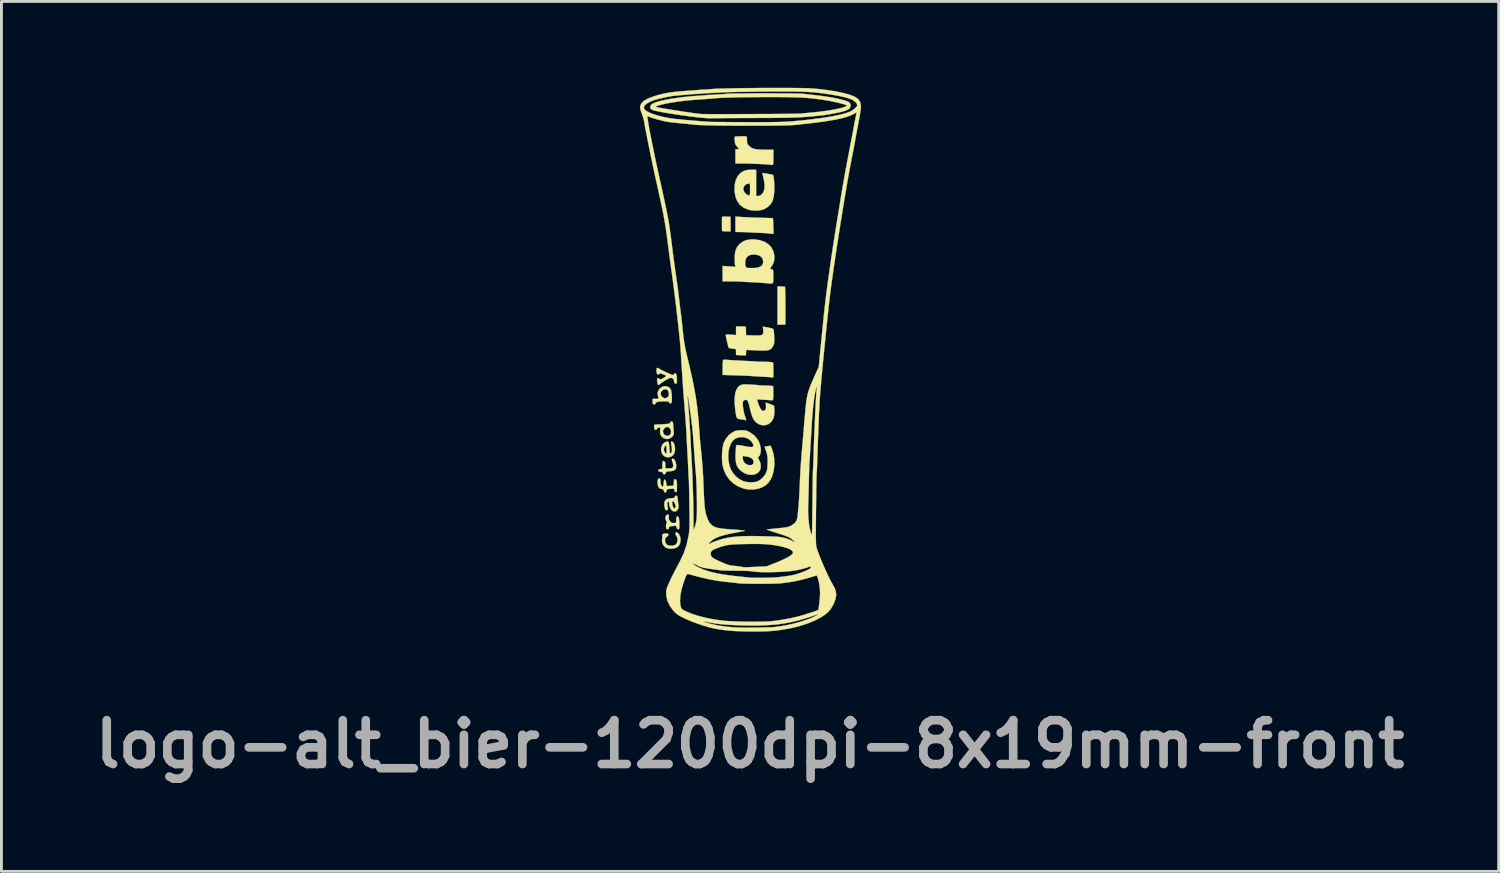
<source format=kicad_pcb>
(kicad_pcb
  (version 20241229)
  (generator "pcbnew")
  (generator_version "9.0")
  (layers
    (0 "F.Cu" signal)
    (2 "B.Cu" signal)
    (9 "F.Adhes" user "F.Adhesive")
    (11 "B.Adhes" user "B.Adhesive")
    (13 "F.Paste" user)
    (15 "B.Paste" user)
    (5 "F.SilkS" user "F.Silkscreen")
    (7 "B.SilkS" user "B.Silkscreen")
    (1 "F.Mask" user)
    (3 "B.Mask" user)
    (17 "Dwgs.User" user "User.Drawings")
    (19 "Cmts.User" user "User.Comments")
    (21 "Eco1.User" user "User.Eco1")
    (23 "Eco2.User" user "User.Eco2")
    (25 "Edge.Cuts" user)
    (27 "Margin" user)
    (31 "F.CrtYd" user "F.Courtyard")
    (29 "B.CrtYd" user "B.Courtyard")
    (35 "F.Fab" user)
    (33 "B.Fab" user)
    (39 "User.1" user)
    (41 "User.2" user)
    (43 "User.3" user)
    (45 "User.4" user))
  (footprint "logo-alt_bier-1200dpi-8x19mm-front"
    (layer "F.Cu")
    (at 23.012 9.434)
    (property "Reference" "logo-alt_bier-1200dpi-8x19mm-front" (at 0 13.375 0) (layer "F.Fab") (effects (font (size 1.524 1.524) (thickness 0.3))))
    (attr through_hole)
    (fp_poly (pts (xy 1.074 -2.528) (xy 1.143 -2.524) (xy 1.194 -2.522) (xy 1.212 -2.52) (xy 1.216 -2.5) (xy 1.219 -2.442) (xy 1.222 -2.352) (xy 1.225 -2.235) (xy 1.227 -2.096) (xy 1.228 -1.94) (xy 1.228 -1.863) (xy 1.228 -1.206) (xy 0.953 -1.206) (xy 0.953 -2.533) (xy 1.074 -2.528)) (stroke (width 0.01) (type solid)) (fill yes) (layer "F.SilkS"))
    (fp_poly (pts (xy -0.826 -4.957) (xy -0.677 -4.95) (xy -0.677 -4.445) (xy -0.826 -4.445) (xy -0.912 -4.448) (xy -0.96 -4.457) (xy -0.974 -4.471) (xy -0.975 -4.514) (xy -0.975 -4.584) (xy -0.976 -4.669) (xy -0.976 -4.758) (xy -0.976 -4.839) (xy -0.976 -4.901) (xy -0.975 -4.932) (xy -0.967 -4.949) (xy -0.938 -4.957) (xy -0.88 -4.959) (xy -0.826 -4.957)) (stroke (width 0.01) (type solid)) (fill yes) (layer "F.SilkS"))
    (fp_poly (pts (xy -0.312 -4.945) (xy -0.23 -4.94) (xy -0.115 -4.935) (xy 0.022 -4.929) (xy 0.17 -4.924) (xy 0.32 -4.919) (xy 0.339 -4.919) (xy 0.473 -4.915) (xy 0.591 -4.911) (xy 0.688 -4.908) (xy 0.758 -4.905) (xy 0.793 -4.903) (xy 0.797 -4.903) (xy 0.798 -4.882) (xy 0.801 -4.827) (xy 0.804 -4.745) (xy 0.808 -4.646) (xy 0.808 -4.63) (xy 0.817 -4.36) (xy 0.751 -4.36) (xy 0.701 -4.363) (xy 0.675 -4.37) (xy 0.675 -4.37) (xy 0.651 -4.374) (xy 0.593 -4.38) (xy 0.508 -4.385) (xy 0.403 -4.391) (xy 0.348 -4.393) (xy 0.227 -4.398) (xy 0.111 -4.403) (xy 0.012 -4.408) (xy -0.059 -4.412) (xy -0.074 -4.413) (xy -0.15 -4.417) (xy -0.247 -4.421) (xy -0.344 -4.422) (xy -0.508 -4.424) (xy -0.508 -4.959) (xy -0.312 -4.945)) (stroke (width 0.01) (type solid)) (fill yes) (layer "F.SilkS"))
    (fp_poly (pts (xy -2.546 6.015) (xy -2.498 6.044) (xy -2.456 6.103) (xy -2.425 6.181) (xy -2.413 6.265) (xy -2.413 6.27) (xy -2.429 6.39) (xy -2.475 6.481) (xy -2.553 6.544) (xy -2.66 6.577) (xy -2.741 6.583) (xy -2.849 6.574) (xy -2.929 6.546) (xy -2.934 6.542) (xy -2.998 6.482) (xy -3.042 6.399) (xy -3.062 6.307) (xy -3.054 6.235) (xy -3.044 6.179) (xy -3.048 6.139) (xy -3.049 6.136) (xy -3.055 6.098) (xy -3.024 6.07) (xy -2.962 6.055) (xy -2.929 6.054) (xy -2.871 6.057) (xy -2.843 6.069) (xy -2.836 6.095) (xy -2.836 6.097) (xy -2.855 6.139) (xy -2.887 6.159) (xy -2.932 6.196) (xy -2.954 6.255) (xy -2.954 6.325) (xy -2.932 6.391) (xy -2.889 6.442) (xy -2.872 6.452) (xy -2.781 6.48) (xy -2.687 6.479) (xy -2.605 6.451) (xy -2.571 6.425) (xy -2.53 6.357) (xy -2.517 6.272) (xy -2.532 6.187) (xy -2.563 6.13) (xy -2.591 6.079) (xy -2.592 6.037) (xy -2.568 6.015) (xy -2.546 6.015)) (stroke (width 0.01) (type solid)) (fill yes) (layer "F.SilkS"))
    (fp_poly (pts (xy -2.64 3.474) (xy -2.606 3.524) (xy -2.58 3.593) (xy -2.565 3.675) (xy -2.563 3.707) (xy -2.572 3.787) (xy -2.607 3.841) (xy -2.673 3.875) (xy -2.775 3.89) (xy -2.779 3.891) (xy -2.855 3.897) (xy -2.898 3.906) (xy -2.919 3.923) (xy -2.925 3.945) (xy -2.944 3.981) (xy -2.977 3.998) (xy -3.01 3.994) (xy -3.027 3.966) (xy -3.027 3.961) (xy -3.036 3.931) (xy -3.07 3.916) (xy -3.106 3.912) (xy -3.16 3.902) (xy -3.183 3.882) (xy -3.186 3.863) (xy -3.175 3.831) (xy -3.135 3.816) (xy -3.117 3.814) (xy -3.048 3.807) (xy -3.048 3.671) (xy -3.047 3.597) (xy -3.04 3.556) (xy -3.027 3.538) (xy -3.008 3.535) (xy -2.973 3.546) (xy -2.952 3.584) (xy -2.943 3.654) (xy -2.942 3.695) (xy -2.942 3.789) (xy -2.838 3.789) (xy -2.77 3.786) (xy -2.716 3.78) (xy -2.7 3.776) (xy -2.674 3.745) (xy -2.668 3.687) (xy -2.682 3.611) (xy -2.699 3.562) (xy -2.718 3.5) (xy -2.711 3.465) (xy -2.709 3.463) (xy -2.675 3.451) (xy -2.64 3.474)) (stroke (width 0.01) (type solid)) (fill yes) (layer "F.SilkS"))
    (fp_poly (pts (xy -2.836 2.872) (xy -2.82 2.919) (xy -2.809 3.001) (xy -2.804 3.069) (xy -2.796 3.158) (xy -2.786 3.228) (xy -2.777 3.272) (xy -2.771 3.281) (xy -2.748 3.264) (xy -2.729 3.235) (xy -2.716 3.182) (xy -2.717 3.098) (xy -2.734 2.978) (xy -2.743 2.924) (xy -2.75 2.877) (xy -2.739 2.86) (xy -2.707 2.861) (xy -2.666 2.887) (xy -2.633 2.949) (xy -2.612 3.039) (xy -2.605 3.128) (xy -2.62 3.234) (xy -2.664 3.318) (xy -2.731 3.377) (xy -2.815 3.406) (xy -2.907 3.399) (xy -2.968 3.375) (xy -3.035 3.317) (xy -3.075 3.236) (xy -3.091 3.143) (xy -3.087 3.114) (xy -2.994 3.114) (xy -2.992 3.16) (xy -2.975 3.207) (xy -2.946 3.263) (xy -2.924 3.278) (xy -2.908 3.252) (xy -2.901 3.185) (xy -2.9 3.144) (xy -2.904 3.057) (xy -2.916 3.007) (xy -2.935 2.997) (xy -2.96 3.027) (xy -2.975 3.057) (xy -2.994 3.114) (xy -3.087 3.114) (xy -3.08 3.05) (xy -3.045 2.965) (xy -2.984 2.902) (xy -2.964 2.89) (xy -2.904 2.862) (xy -2.863 2.854) (xy -2.836 2.872)) (stroke (width 0.01) (type solid)) (fill yes) (layer "F.SilkS"))
    (fp_poly (pts (xy -2.825 5.403) (xy -2.818 5.428) (xy -2.825 5.473) (xy -2.829 5.531) (xy -2.811 5.581) (xy -2.783 5.623) (xy -2.741 5.67) (xy -2.702 5.689) (xy -2.649 5.69) (xy -2.572 5.683) (xy -2.565 5.572) (xy -2.559 5.506) (xy -2.547 5.472) (xy -2.525 5.461) (xy -2.52 5.461) (xy -2.493 5.476) (xy -2.473 5.522) (xy -2.461 5.604) (xy -2.456 5.723) (xy -2.456 5.763) (xy -2.457 5.839) (xy -2.462 5.882) (xy -2.474 5.901) (xy -2.497 5.905) (xy -2.498 5.905) (xy -2.534 5.891) (xy -2.553 5.844) (xy -2.554 5.84) (xy -2.568 5.795) (xy -2.592 5.782) (xy -2.63 5.787) (xy -2.7 5.797) (xy -2.754 5.8) (xy -2.798 5.806) (xy -2.814 5.832) (xy -2.815 5.853) (xy -2.826 5.895) (xy -2.854 5.905) (xy -2.894 5.899) (xy -2.907 5.891) (xy -2.918 5.86) (xy -2.921 5.807) (xy -2.917 5.75) (xy -2.907 5.705) (xy -2.896 5.689) (xy -2.885 5.671) (xy -2.905 5.631) (xy -2.906 5.63) (xy -2.937 5.562) (xy -2.942 5.494) (xy -2.923 5.438) (xy -2.882 5.403) (xy -2.851 5.397) (xy -2.825 5.403)) (stroke (width 0.01) (type solid)) (fill yes) (layer "F.SilkS"))
    (fp_poly (pts (xy -0.838 0.017) (xy -0.758 0.022) (xy -0.736 0.024) (xy -0.653 0.03) (xy -0.541 0.037) (xy -0.411 0.044) (xy -0.277 0.051) (xy -0.225 0.053) (xy -0.104 0.059) (xy 0.007 0.064) (xy 0.098 0.07) (xy 0.16 0.074) (xy 0.18 0.076) (xy 0.225 0.079) (xy 0.302 0.082) (xy 0.4 0.085) (xy 0.509 0.087) (xy 0.514 0.087) (xy 0.617 0.09) (xy 0.704 0.095) (xy 0.766 0.102) (xy 0.796 0.109) (xy 0.797 0.11) (xy 0.801 0.138) (xy 0.805 0.199) (xy 0.808 0.284) (xy 0.809 0.377) (xy 0.809 0.624) (xy 0.754 0.627) (xy 0.711 0.626) (xy 0.693 0.623) (xy 0.671 0.619) (xy 0.614 0.615) (xy 0.531 0.61) (xy 0.428 0.604) (xy 0.391 0.603) (xy 0.279 0.597) (xy 0.179 0.591) (xy 0.099 0.586) (xy 0.05 0.582) (xy 0.043 0.581) (xy 0.007 0.578) (xy -0.064 0.574) (xy -0.164 0.57) (xy -0.285 0.565) (xy -0.421 0.56) (xy -0.481 0.558) (xy -0.953 0.544) (xy -0.953 0.284) (xy -0.951 0.16) (xy -0.945 0.074) (xy -0.936 0.026) (xy -0.929 0.017) (xy -0.899 0.015) (xy -0.838 0.017)) (stroke (width 0.01) (type solid)) (fill yes) (layer "F.SilkS"))
    (fp_poly (pts (xy -0.151 -7.749) (xy -0.143 -7.748) (xy -0.122 -7.741) (xy -0.111 -7.715) (xy -0.106 -7.661) (xy -0.106 -7.618) (xy -0.104 -7.543) (xy -0.093 -7.494) (xy -0.068 -7.453) (xy -0.026 -7.409) (xy 0.028 -7.363) (xy 0.092 -7.329) (xy 0.171 -7.305) (xy 0.273 -7.291) (xy 0.405 -7.283) (xy 0.546 -7.281) (xy 0.815 -7.281) (xy 0.811 -7.064) (xy 0.809 -6.968) (xy 0.808 -6.883) (xy 0.806 -6.821) (xy 0.806 -6.8) (xy 0.793 -6.762) (xy 0.755 -6.752) (xy 0.713 -6.755) (xy 0.697 -6.761) (xy 0.673 -6.765) (xy 0.614 -6.77) (xy 0.527 -6.776) (xy 0.418 -6.782) (xy 0.295 -6.788) (xy 0.164 -6.793) (xy 0.033 -6.798) (xy -0.091 -6.802) (xy -0.202 -6.804) (xy -0.291 -6.805) (xy -0.508 -6.805) (xy -0.508 -7.054) (xy -0.508 -7.303) (xy -0.373 -7.303) (xy -0.427 -7.361) (xy -0.472 -7.414) (xy -0.506 -7.466) (xy -0.508 -7.469) (xy -0.521 -7.512) (xy -0.53 -7.575) (xy -0.536 -7.643) (xy -0.535 -7.701) (xy -0.528 -7.734) (xy -0.527 -7.735) (xy -0.504 -7.739) (xy -0.45 -7.743) (xy -0.376 -7.746) (xy -0.294 -7.748) (xy -0.215 -7.749) (xy -0.151 -7.749)) (stroke (width 0.01) (type solid)) (fill yes) (layer "F.SilkS"))
    (fp_poly (pts (xy -2.542 4.747) (xy -2.527 4.771) (xy -2.517 4.821) (xy -2.511 4.874) (xy -2.502 4.961) (xy -2.492 5.046) (xy -2.486 5.091) (xy -2.489 5.173) (xy -2.519 5.237) (xy -2.568 5.278) (xy -2.629 5.291) (xy -2.692 5.271) (xy -2.727 5.242) (xy -2.776 5.166) (xy -2.807 5.069) (xy -2.815 4.991) (xy -2.819 4.966) (xy -2.708 4.966) (xy -2.704 5.025) (xy -2.704 5.027) (xy -2.689 5.099) (xy -2.664 5.152) (xy -2.636 5.181) (xy -2.609 5.18) (xy -2.59 5.146) (xy -2.586 5.128) (xy -2.59 5.074) (xy -2.61 5.014) (xy -2.638 4.963) (xy -2.67 4.934) (xy -2.679 4.932) (xy -2.701 4.939) (xy -2.708 4.966) (xy -2.819 4.966) (xy -2.821 4.95) (xy -2.842 4.944) (xy -2.849 4.946) (xy -2.87 4.963) (xy -2.876 5) (xy -2.871 5.057) (xy -2.862 5.126) (xy -2.854 5.182) (xy -2.852 5.196) (xy -2.862 5.233) (xy -2.893 5.245) (xy -2.926 5.242) (xy -2.948 5.213) (xy -2.962 5.171) (xy -2.984 5.049) (xy -2.973 4.954) (xy -2.93 4.886) (xy -2.854 4.843) (xy -2.743 4.826) (xy -2.719 4.826) (xy -2.659 4.822) (xy -2.629 4.806) (xy -2.619 4.784) (xy -2.591 4.748) (xy -2.566 4.741) (xy -2.542 4.747)) (stroke (width 0.01) (type solid)) (fill yes) (layer "F.SilkS"))
    (fp_poly (pts (xy -3.131 4.145) (xy -3.115 4.192) (xy -3.111 4.247) (xy -3.103 4.336) (xy -3.08 4.396) (xy -3.045 4.423) (xy -3.038 4.424) (xy -3.019 4.41) (xy -3.007 4.363) (xy -3.001 4.302) (xy -2.995 4.229) (xy -2.982 4.191) (xy -2.963 4.18) (xy -2.939 4.198) (xy -2.92 4.255) (xy -2.913 4.293) (xy -2.894 4.405) (xy -2.775 4.398) (xy -2.656 4.392) (xy -2.65 4.281) (xy -2.644 4.215) (xy -2.632 4.181) (xy -2.61 4.17) (xy -2.605 4.17) (xy -2.577 4.176) (xy -2.558 4.198) (xy -2.547 4.243) (xy -2.541 4.317) (xy -2.54 4.426) (xy -2.541 4.516) (xy -2.544 4.571) (xy -2.552 4.601) (xy -2.566 4.613) (xy -2.582 4.614) (xy -2.616 4.602) (xy -2.625 4.563) (xy -2.629 4.524) (xy -2.646 4.502) (xy -2.686 4.496) (xy -2.757 4.5) (xy -2.778 4.502) (xy -2.847 4.511) (xy -2.883 4.523) (xy -2.899 4.544) (xy -2.904 4.569) (xy -2.922 4.618) (xy -2.951 4.632) (xy -2.981 4.609) (xy -2.995 4.573) (xy -3.012 4.527) (xy -3.045 4.51) (xy -3.068 4.508) (xy -3.126 4.493) (xy -3.165 4.466) (xy -3.193 4.412) (xy -3.21 4.337) (xy -3.214 4.257) (xy -3.204 4.189) (xy -3.19 4.161) (xy -3.157 4.134) (xy -3.131 4.145)) (stroke (width 0.01) (type solid)) (fill yes) (layer "F.SilkS"))
    (fp_poly (pts (xy -2.891 0.941) (xy -2.813 0.977) (xy -2.759 1.034) (xy -2.743 1.079) (xy -2.73 1.152) (xy -2.721 1.24) (xy -2.716 1.332) (xy -2.716 1.417) (xy -2.722 1.483) (xy -2.734 1.517) (xy -2.768 1.533) (xy -2.802 1.52) (xy -2.815 1.49) (xy -2.827 1.473) (xy -2.866 1.464) (xy -2.94 1.461) (xy -2.95 1.46) (xy -3.091 1.464) (xy -3.193 1.475) (xy -3.255 1.494) (xy -3.28 1.521) (xy -3.281 1.527) (xy -3.297 1.557) (xy -3.334 1.568) (xy -3.371 1.553) (xy -3.373 1.552) (xy -3.382 1.524) (xy -3.386 1.471) (xy -3.387 1.457) (xy -3.387 1.376) (xy -3.278 1.376) (xy -3.215 1.374) (xy -3.185 1.367) (xy -3.179 1.35) (xy -3.184 1.328) (xy -3.205 1.242) (xy -3.209 1.196) (xy -3.111 1.196) (xy -3.093 1.257) (xy -3.048 1.312) (xy -2.989 1.348) (xy -2.954 1.355) (xy -2.898 1.34) (xy -2.857 1.312) (xy -2.825 1.252) (xy -2.82 1.179) (xy -2.841 1.107) (xy -2.886 1.054) (xy -2.887 1.053) (xy -2.944 1.038) (xy -3.006 1.054) (xy -3.063 1.093) (xy -3.101 1.148) (xy -3.111 1.196) (xy -3.209 1.196) (xy -3.21 1.179) (xy -3.2 1.124) (xy -3.189 1.094) (xy -3.136 1.014) (xy -3.063 0.961) (xy -2.978 0.936) (xy -2.891 0.941)) (stroke (width 0.01) (type solid)) (fill yes) (layer "F.SilkS"))
    (fp_poly (pts (xy -2.696 2.173) (xy -2.68 2.199) (xy -2.672 2.254) (xy -2.671 2.275) (xy -2.665 2.361) (xy -2.657 2.458) (xy -2.653 2.503) (xy -2.648 2.574) (xy -2.654 2.619) (xy -2.675 2.656) (xy -2.716 2.699) (xy -2.799 2.757) (xy -2.89 2.774) (xy -2.985 2.749) (xy -3.019 2.73) (xy -3.09 2.661) (xy -3.125 2.571) (xy -3.125 2.503) (xy -3.027 2.503) (xy -3.011 2.575) (xy -2.969 2.629) (xy -2.911 2.66) (xy -2.849 2.662) (xy -2.791 2.632) (xy -2.783 2.624) (xy -2.75 2.562) (xy -2.746 2.493) (xy -2.767 2.426) (xy -2.809 2.375) (xy -2.866 2.35) (xy -2.878 2.349) (xy -2.939 2.368) (xy -2.992 2.415) (xy -3.023 2.476) (xy -3.027 2.503) (xy -3.125 2.503) (xy -3.125 2.465) (xy -3.119 2.407) (xy -3.124 2.38) (xy -3.146 2.371) (xy -3.167 2.371) (xy -3.216 2.385) (xy -3.232 2.413) (xy -3.257 2.447) (xy -3.281 2.455) (xy -3.309 2.442) (xy -3.325 2.397) (xy -3.328 2.376) (xy -3.333 2.32) (xy -3.331 2.284) (xy -3.33 2.281) (xy -3.305 2.272) (xy -3.252 2.266) (xy -3.209 2.265) (xy -3.129 2.263) (xy -3.029 2.258) (xy -2.935 2.251) (xy -2.852 2.243) (xy -2.803 2.233) (xy -2.78 2.22) (xy -2.773 2.2) (xy -2.773 2.197) (xy -2.762 2.166) (xy -2.725 2.163) (xy -2.696 2.173)) (stroke (width 0.01) (type solid)) (fill yes) (layer "F.SilkS"))
    (fp_poly (pts (xy -3.181 0.304) (xy -3.16 0.325) (xy -3.136 0.343) (xy -3.082 0.372) (xy -3.008 0.409) (xy -2.923 0.449) (xy -2.837 0.487) (xy -2.76 0.52) (xy -2.7 0.542) (xy -2.668 0.55) (xy -2.648 0.533) (xy -2.646 0.519) (xy -2.628 0.492) (xy -2.606 0.487) (xy -2.575 0.502) (xy -2.554 0.551) (xy -2.543 0.636) (xy -2.54 0.734) (xy -2.541 0.8) (xy -2.548 0.834) (xy -2.565 0.844) (xy -2.588 0.843) (xy -2.621 0.829) (xy -2.638 0.792) (xy -2.642 0.759) (xy -2.654 0.701) (xy -2.685 0.668) (xy -2.71 0.656) (xy -2.742 0.646) (xy -2.773 0.646) (xy -2.814 0.66) (xy -2.873 0.69) (xy -2.943 0.731) (xy -3.02 0.778) (xy -3.081 0.82) (xy -3.119 0.851) (xy -3.126 0.86) (xy -3.154 0.885) (xy -3.174 0.889) (xy -3.2 0.878) (xy -3.217 0.838) (xy -3.225 0.792) (xy -3.231 0.729) (xy -3.229 0.685) (xy -3.227 0.675) (xy -3.195 0.657) (xy -3.158 0.666) (xy -3.14 0.688) (xy -3.127 0.703) (xy -3.1 0.699) (xy -3.049 0.673) (xy -3.03 0.663) (xy -2.959 0.621) (xy -2.923 0.593) (xy -2.92 0.573) (xy -2.949 0.552) (xy -2.996 0.531) (xy -3.08 0.498) (xy -3.132 0.488) (xy -3.153 0.501) (xy -3.154 0.508) (xy -3.171 0.526) (xy -3.193 0.529) (xy -3.223 0.517) (xy -3.241 0.475) (xy -3.246 0.446) (xy -3.252 0.384) (xy -3.249 0.336) (xy -3.247 0.33) (xy -3.219 0.3) (xy -3.181 0.304)) (stroke (width 0.01) (type solid)) (fill yes) (layer "F.SilkS"))
    (fp_poly (pts (xy -0.224 -1.141) (xy -0.168 -1.133) (xy -0.147 -1.119) (xy -0.146 -1.117) (xy -0.144 -1.082) (xy -0.142 -1.02) (xy -0.141 -0.963) (xy -0.138 -0.836) (xy 0.124 -0.829) (xy 0.236 -0.827) (xy 0.314 -0.828) (xy 0.366 -0.833) (xy 0.399 -0.842) (xy 0.423 -0.857) (xy 0.428 -0.861) (xy 0.452 -0.89) (xy 0.462 -0.928) (xy 0.461 -0.988) (xy 0.458 -1.017) (xy 0.446 -1.135) (xy 0.624 -1.104) (xy 0.728 -1.082) (xy 0.791 -1.06) (xy 0.816 -1.039) (xy 0.823 -1.005) (xy 0.83 -0.939) (xy 0.836 -0.851) (xy 0.84 -0.783) (xy 0.844 -0.68) (xy 0.843 -0.608) (xy 0.836 -0.556) (xy 0.823 -0.512) (xy 0.801 -0.466) (xy 0.765 -0.405) (xy 0.726 -0.36) (xy 0.677 -0.33) (xy 0.611 -0.311) (xy 0.521 -0.303) (xy 0.402 -0.303) (xy 0.286 -0.307) (xy 0.17 -0.313) (xy 0.066 -0.317) (xy -0.018 -0.321) (xy -0.073 -0.324) (xy -0.085 -0.325) (xy -0.117 -0.323) (xy -0.133 -0.305) (xy -0.139 -0.26) (xy -0.14 -0.233) (xy -0.142 -0.138) (xy -0.224 -0.137) (xy -0.303 -0.139) (xy -0.387 -0.143) (xy -0.397 -0.144) (xy -0.487 -0.151) (xy -0.487 -0.255) (xy -0.49 -0.319) (xy -0.5 -0.351) (xy -0.522 -0.361) (xy -0.524 -0.361) (xy -0.586 -0.365) (xy -0.652 -0.375) (xy -0.709 -0.386) (xy -0.741 -0.398) (xy -0.743 -0.399) (xy -0.751 -0.423) (xy -0.766 -0.478) (xy -0.784 -0.553) (xy -0.804 -0.637) (xy -0.822 -0.72) (xy -0.837 -0.791) (xy -0.846 -0.84) (xy -0.847 -0.853) (xy -0.827 -0.859) (xy -0.775 -0.86) (xy -0.7 -0.858) (xy -0.667 -0.856) (xy -0.487 -0.842) (xy -0.487 -1.143) (xy -0.318 -1.143) (xy -0.224 -1.141)) (stroke (width 0.01) (type solid)) (fill yes) (layer "F.SilkS"))
    (fp_poly (pts (xy 0.143 -6.585) (xy 0.212 -6.583) (xy 0.212 -5.673) (xy 0.272 -5.673) (xy 0.333 -5.686) (xy 0.386 -5.714) (xy 0.455 -5.793) (xy 0.494 -5.898) (xy 0.506 -6.031) (xy 0.489 -6.194) (xy 0.467 -6.297) (xy 0.449 -6.375) (xy 0.437 -6.436) (xy 0.431 -6.468) (xy 0.432 -6.471) (xy 0.453 -6.47) (xy 0.505 -6.463) (xy 0.574 -6.452) (xy 0.65 -6.439) (xy 0.72 -6.425) (xy 0.773 -6.414) (xy 0.797 -6.407) (xy 0.797 -6.407) (xy 0.809 -6.376) (xy 0.821 -6.311) (xy 0.832 -6.224) (xy 0.84 -6.122) (xy 0.845 -6.015) (xy 0.845 -6.003) (xy 0.841 -5.82) (xy 0.822 -5.658) (xy 0.788 -5.524) (xy 0.761 -5.459) (xy 0.695 -5.367) (xy 0.602 -5.283) (xy 0.495 -5.219) (xy 0.436 -5.196) (xy 0.312 -5.172) (xy 0.172 -5.167) (xy 0.033 -5.178) (xy -0.078 -5.204) (xy -0.233 -5.275) (xy -0.355 -5.371) (xy -0.445 -5.494) (xy -0.505 -5.645) (xy -0.536 -5.825) (xy -0.539 -5.874) (xy -0.538 -5.893) (xy -0.233 -5.893) (xy -0.2 -5.813) (xy -0.161 -5.766) (xy -0.109 -5.723) (xy -0.061 -5.697) (xy -0.044 -5.694) (xy -0.024 -5.696) (xy -0.011 -5.709) (xy -0.004 -5.739) (xy -0.001 -5.794) (xy -0.000015 -5.883) (xy 0 -5.908) (xy -0.001 -6.005) (xy -0.004 -6.067) (xy -0.01 -6.1) (xy -0.021 -6.111) (xy -0.033 -6.109) (xy -0.082 -6.097) (xy -0.098 -6.096) (xy -0.133 -6.082) (xy -0.177 -6.048) (xy -0.181 -6.044) (xy -0.227 -5.972) (xy -0.233 -5.893) (xy -0.538 -5.893) (xy -0.532 -6.067) (xy -0.494 -6.233) (xy -0.424 -6.37) (xy -0.356 -6.449) (xy -0.28 -6.511) (xy -0.195 -6.553) (xy -0.094 -6.578) (xy 0.033 -6.587) (xy 0.143 -6.585)) (stroke (width 0.01) (type solid)) (fill yes) (layer "F.SilkS"))
    (fp_poly (pts (xy 0.157 -4.165) (xy 0.343 -4.138) (xy 0.504 -4.082) (xy 0.636 -3.999) (xy 0.739 -3.892) (xy 0.809 -3.762) (xy 0.843 -3.613) (xy 0.847 -3.545) (xy 0.834 -3.41) (xy 0.792 -3.295) (xy 0.737 -3.212) (xy 0.702 -3.161) (xy 0.699 -3.135) (xy 0.728 -3.128) (xy 0.755 -3.131) (xy 0.778 -3.127) (xy 0.794 -3.104) (xy 0.803 -3.057) (xy 0.808 -2.979) (xy 0.809 -2.865) (xy 0.808 -2.86) (xy 0.808 -2.761) (xy 0.805 -2.694) (xy 0.79 -2.653) (xy 0.759 -2.634) (xy 0.703 -2.631) (xy 0.617 -2.638) (xy 0.54 -2.646) (xy 0.456 -2.653) (xy 0.343 -2.661) (xy 0.214 -2.669) (xy 0.081 -2.676) (xy 0.042 -2.678) (xy -0.073 -2.684) (xy -0.175 -2.69) (xy -0.255 -2.694) (xy -0.306 -2.698) (xy -0.318 -2.7) (xy -0.349 -2.702) (xy -0.415 -2.704) (xy -0.506 -2.706) (xy -0.613 -2.707) (xy -0.651 -2.708) (xy -0.953 -2.709) (xy -0.953 -3.244) (xy -0.504 -3.213) (xy -0.519 -3.26) (xy -0.525 -3.301) (xy -0.53 -3.361) (xy -0.169 -3.361) (xy -0.166 -3.273) (xy -0.155 -3.218) (xy -0.126 -3.188) (xy -0.075 -3.175) (xy -0.014 -3.171) (xy 0.152 -3.171) (xy 0.28 -3.189) (xy 0.37 -3.224) (xy 0.4 -3.248) (xy 0.439 -3.301) (xy 0.454 -3.365) (xy 0.455 -3.396) (xy 0.437 -3.491) (xy 0.384 -3.564) (xy 0.298 -3.614) (xy 0.182 -3.638) (xy 0.127 -3.641) (xy 0.008 -3.626) (xy -0.081 -3.581) (xy -0.14 -3.508) (xy -0.167 -3.406) (xy -0.169 -3.361) (xy -0.53 -3.361) (xy -0.53 -3.373) (xy -0.533 -3.462) (xy -0.534 -3.512) (xy -0.526 -3.669) (xy -0.499 -3.796) (xy -0.45 -3.901) (xy -0.376 -3.992) (xy -0.343 -4.023) (xy -0.232 -4.1) (xy -0.106 -4.147) (xy 0.042 -4.166) (xy 0.157 -4.165)) (stroke (width 0.01) (type solid)) (fill yes) (layer "F.SilkS"))
    (fp_poly (pts (xy -0.061 0.875) (xy 0.02 0.879) (xy 0.121 0.885) (xy 0.207 0.891) (xy 0.269 0.897) (xy 0.297 0.901) (xy 0.298 0.901) (xy 0.323 0.904) (xy 0.381 0.908) (xy 0.464 0.911) (xy 0.557 0.913) (xy 0.665 0.917) (xy 0.737 0.921) (xy 0.78 0.928) (xy 0.801 0.939) (xy 0.806 0.951) (xy 0.806 0.985) (xy 0.807 1.051) (xy 0.807 1.138) (xy 0.807 1.206) (xy 0.806 1.306) (xy 0.803 1.37) (xy 0.796 1.407) (xy 0.785 1.423) (xy 0.769 1.425) (xy 0.769 1.425) (xy 0.734 1.422) (xy 0.666 1.418) (xy 0.577 1.412) (xy 0.485 1.407) (xy 0.239 1.392) (xy 0.289 1.548) (xy 0.321 1.631) (xy 0.356 1.704) (xy 0.389 1.753) (xy 0.391 1.755) (xy 0.431 1.789) (xy 0.465 1.794) (xy 0.496 1.782) (xy 0.529 1.762) (xy 0.547 1.731) (xy 0.554 1.679) (xy 0.553 1.596) (xy 0.552 1.583) (xy 0.548 1.505) (xy 0.682 1.55) (xy 0.752 1.576) (xy 0.806 1.6) (xy 0.83 1.617) (xy 0.84 1.654) (xy 0.845 1.72) (xy 0.846 1.802) (xy 0.842 1.889) (xy 0.834 1.967) (xy 0.825 2.015) (xy 0.781 2.111) (xy 0.711 2.198) (xy 0.635 2.255) (xy 0.52 2.293) (xy 0.405 2.29) (xy 0.302 2.253) (xy 0.226 2.207) (xy 0.165 2.148) (xy 0.113 2.071) (xy 0.068 1.968) (xy 0.027 1.835) (xy -0.01 1.683) (xy -0.03 1.599) (xy -0.05 1.525) (xy -0.066 1.477) (xy -0.104 1.422) (xy -0.154 1.404) (xy -0.208 1.426) (xy -0.216 1.432) (xy -0.238 1.457) (xy -0.25 1.488) (xy -0.253 1.538) (xy -0.249 1.617) (xy -0.248 1.63) (xy -0.235 1.733) (xy -0.212 1.85) (xy -0.183 1.955) (xy -0.13 2.12) (xy -0.176 2.109) (xy -0.224 2.1) (xy -0.293 2.089) (xy -0.335 2.083) (xy -0.389 2.075) (xy -0.428 2.061) (xy -0.455 2.035) (xy -0.474 1.991) (xy -0.49 1.921) (xy -0.505 1.819) (xy -0.513 1.763) (xy -0.535 1.535) (xy -0.535 1.339) (xy -0.514 1.176) (xy -0.471 1.048) (xy -0.408 0.954) (xy -0.324 0.896) (xy -0.282 0.883) (xy -0.23 0.875) (xy -0.159 0.872) (xy -0.061 0.875)) (stroke (width 0.01) (type solid)) (fill yes) (layer "F.SilkS"))
    (fp_poly (pts (xy -0.216 2.468) (xy -0.15 2.476) (xy -0.091 2.495) (xy -0.023 2.528) (xy -0.004 2.539) (xy 0.14 2.639) (xy 0.252 2.767) (xy 0.331 2.917) (xy 0.371 3.08) (xy 0.375 3.176) (xy 0.362 3.267) (xy 0.337 3.342) (xy 0.301 3.388) (xy 0.298 3.39) (xy 0.276 3.408) (xy 0.274 3.429) (xy 0.296 3.467) (xy 0.309 3.487) (xy 0.355 3.586) (xy 0.375 3.699) (xy 0.364 3.806) (xy 0.36 3.819) (xy 0.311 3.908) (xy 0.235 3.97) (xy 0.139 4.006) (xy 0.03 4.016) (xy -0.086 3.998) (xy -0.202 3.954) (xy -0.31 3.881) (xy -0.341 3.853) (xy -0.409 3.778) (xy -0.457 3.696) (xy -0.487 3.599) (xy -0.503 3.482) (xy -0.504 3.427) (xy -0.254 3.427) (xy -0.244 3.496) (xy -0.221 3.559) (xy -0.173 3.616) (xy -0.105 3.658) (xy -0.029 3.679) (xy 0.042 3.677) (xy 0.094 3.65) (xy 0.125 3.593) (xy 0.12 3.528) (xy 0.085 3.467) (xy 0.024 3.42) (xy -0.033 3.399) (xy -0.109 3.38) (xy -0.145 3.375) (xy -0.254 3.36) (xy -0.254 3.427) (xy -0.504 3.427) (xy -0.505 3.334) (xy -0.502 3.253) (xy -0.496 3.153) (xy -0.489 3.069) (xy -0.48 3.009) (xy -0.472 2.983) (xy -0.445 2.979) (xy -0.385 2.984) (xy -0.302 2.996) (xy -0.243 3.007) (xy -0.106 3.033) (xy -0.005 3.047) (xy 0.063 3.048) (xy 0.102 3.035) (xy 0.116 3.007) (xy 0.109 2.964) (xy 0.103 2.944) (xy 0.046 2.85) (xy -0.041 2.776) (xy -0.147 2.727) (xy -0.265 2.704) (xy -0.384 2.71) (xy -0.497 2.748) (xy -0.508 2.753) (xy -0.596 2.826) (xy -0.666 2.93) (xy -0.717 3.06) (xy -0.749 3.208) (xy -0.759 3.368) (xy -0.748 3.533) (xy -0.714 3.696) (xy -0.664 3.833) (xy -0.591 3.955) (xy -0.489 4.07) (xy -0.369 4.165) (xy -0.245 4.231) (xy -0.243 4.232) (xy -0.121 4.263) (xy 0.017 4.275) (xy 0.153 4.268) (xy 0.236 4.251) (xy 0.337 4.202) (xy 0.434 4.122) (xy 0.516 4.02) (xy 0.544 3.972) (xy 0.571 3.914) (xy 0.588 3.855) (xy 0.6 3.784) (xy 0.607 3.689) (xy 0.609 3.636) (xy 0.611 3.476) (xy 0.6 3.344) (xy 0.573 3.228) (xy 0.536 3.127) (xy 0.516 3.076) (xy 0.509 3.044) (xy 0.51 3.04) (xy 0.534 3.033) (xy 0.586 3.023) (xy 0.616 3.018) (xy 0.714 3.004) (xy 0.757 3.105) (xy 0.812 3.28) (xy 0.842 3.472) (xy 0.845 3.671) (xy 0.823 3.864) (xy 0.776 4.042) (xy 0.731 4.144) (xy 0.678 4.235) (xy 0.623 4.304) (xy 0.552 4.368) (xy 0.525 4.389) (xy 0.404 4.457) (xy 0.258 4.503) (xy 0.098 4.525) (xy -0.067 4.522) (xy -0.206 4.497) (xy -0.403 4.423) (xy -0.576 4.316) (xy -0.72 4.179) (xy -0.835 4.015) (xy -0.917 3.826) (xy -0.958 3.659) (xy -0.972 3.527) (xy -0.976 3.379) (xy -0.97 3.226) (xy -0.954 3.082) (xy -0.931 2.959) (xy -0.912 2.897) (xy -0.841 2.762) (xy -0.742 2.641) (xy -0.623 2.546) (xy -0.585 2.524) (xy -0.517 2.494) (xy -0.452 2.476) (xy -0.373 2.469) (xy -0.307 2.467) (xy -0.216 2.468)) (stroke (width 0.01) (type solid)) (fill yes) (layer "F.SilkS"))
    (fp_poly (pts (xy 0.875 -9.24) (xy 1.074 -9.239) (xy 1.259 -9.238) (xy 1.427 -9.237) (xy 1.573 -9.235) (xy 1.692 -9.233) (xy 1.779 -9.23) (xy 1.831 -9.227) (xy 2.125 -9.194) (xy 2.379 -9.164) (xy 2.594 -9.136) (xy 2.772 -9.109) (xy 2.915 -9.083) (xy 2.984 -9.069) (xy 3.145 -9.031) (xy 3.268 -8.999) (xy 3.359 -8.969) (xy 3.422 -8.94) (xy 3.462 -8.908) (xy 3.484 -8.873) (xy 3.492 -8.831) (xy 3.493 -8.816) (xy 3.484 -8.763) (xy 3.457 -8.718) (xy 3.407 -8.679) (xy 3.329 -8.643) (xy 3.22 -8.609) (xy 3.076 -8.575) (xy 2.97 -8.553) (xy 2.848 -8.53) (xy 2.729 -8.509) (xy 2.625 -8.492) (xy 2.547 -8.481) (xy 2.529 -8.479) (xy 2.449 -8.471) (xy 2.344 -8.46) (xy 2.235 -8.449) (xy 2.201 -8.445) (xy 2.089 -8.434) (xy 1.972 -8.424) (xy 1.848 -8.415) (xy 1.713 -8.408) (xy 1.563 -8.402) (xy 1.394 -8.397) (xy 1.202 -8.393) (xy 0.984 -8.39) (xy 0.735 -8.387) (xy 0.452 -8.386) (xy 0.132 -8.385) (xy 0.076 -8.384) (xy -0.159 -8.384) (xy -0.382 -8.383) (xy -0.589 -8.382) (xy -0.777 -8.381) (xy -0.942 -8.379) (xy -1.08 -8.378) (xy -1.188 -8.377) (xy -1.262 -8.375) (xy -1.298 -8.374) (xy -1.3 -8.374) (xy -1.338 -8.372) (xy -1.408 -8.374) (xy -1.499 -8.378) (xy -1.577 -8.384) (xy -1.712 -8.396) (xy -1.871 -8.413) (xy -2.048 -8.435) (xy -2.237 -8.46) (xy -2.431 -8.487) (xy -2.623 -8.516) (xy -2.807 -8.544) (xy -2.976 -8.573) (xy -3.124 -8.6) (xy -3.244 -8.624) (xy -3.329 -8.644) (xy -3.339 -8.647) (xy -3.408 -8.671) (xy -3.445 -8.698) (xy -3.463 -8.733) (xy -3.464 -8.735) (xy -3.466 -8.775) (xy -3.274 -8.775) (xy -3.247 -8.763) (xy -3.209 -8.753) (xy -3.135 -8.738) (xy -3.031 -8.719) (xy -2.903 -8.698) (xy -2.757 -8.674) (xy -2.6 -8.649) (xy -2.437 -8.624) (xy -2.274 -8.599) (xy -2.118 -8.576) (xy -1.974 -8.556) (xy -1.848 -8.539) (xy -1.747 -8.527) (xy -1.704 -8.523) (xy -1.666 -8.521) (xy -1.59 -8.52) (xy -1.48 -8.519) (xy -1.341 -8.518) (xy -1.175 -8.518) (xy -0.988 -8.518) (xy -0.783 -8.518) (xy -0.564 -8.518) (xy -0.335 -8.519) (xy -0.1 -8.52) (xy 0.137 -8.521) (xy 0.373 -8.522) (xy 0.603 -8.523) (xy 0.823 -8.524) (xy 1.03 -8.526) (xy 1.219 -8.527) (xy 1.386 -8.529) (xy 1.528 -8.531) (xy 1.641 -8.533) (xy 1.721 -8.535) (xy 1.763 -8.536) (xy 1.767 -8.537) (xy 1.819 -8.544) (xy 1.898 -8.552) (xy 1.987 -8.56) (xy 2 -8.561) (xy 2.202 -8.579) (xy 2.399 -8.6) (xy 2.589 -8.624) (xy 2.766 -8.651) (xy 2.928 -8.679) (xy 3.069 -8.708) (xy 3.187 -8.737) (xy 3.277 -8.765) (xy 3.335 -8.791) (xy 3.357 -8.815) (xy 3.352 -8.827) (xy 3.322 -8.842) (xy 3.258 -8.862) (xy 3.169 -8.887) (xy 3.061 -8.913) (xy 2.945 -8.94) (xy 2.826 -8.966) (xy 2.713 -8.988) (xy 2.615 -9.004) (xy 2.614 -9.004) (xy 2.444 -9.029) (xy 2.288 -9.049) (xy 2.139 -9.066) (xy 1.993 -9.08) (xy 1.842 -9.09) (xy 1.682 -9.098) (xy 1.505 -9.104) (xy 1.306 -9.108) (xy 1.08 -9.11) (xy 0.82 -9.112) (xy 0.699 -9.112) (xy 0.396 -9.111) (xy 0.107 -9.109) (xy -0.165 -9.106) (xy -0.416 -9.102) (xy -0.643 -9.097) (xy -0.842 -9.091) (xy -1.009 -9.084) (xy -1.14 -9.076) (xy -1.217 -9.069) (xy -1.279 -9.063) (xy -1.358 -9.056) (xy -1.459 -9.048) (xy -1.587 -9.039) (xy -1.747 -9.027) (xy -1.905 -9.017) (xy -2.106 -9) (xy -2.312 -8.978) (xy -2.515 -8.952) (xy -2.709 -8.923) (xy -2.887 -8.891) (xy -3.041 -8.858) (xy -3.165 -8.826) (xy -3.228 -8.804) (xy -3.269 -8.787) (xy -3.274 -8.775) (xy -3.466 -8.775) (xy -3.466 -8.789) (xy -3.443 -8.836) (xy -3.391 -8.878) (xy -3.306 -8.918) (xy -3.184 -8.958) (xy -3.08 -8.985) (xy -2.924 -9.02) (xy -2.736 -9.054) (xy -2.525 -9.085) (xy -2.302 -9.113) (xy -2.077 -9.136) (xy -1.861 -9.153) (xy -1.81 -9.156) (xy -1.71 -9.162) (xy -1.627 -9.168) (xy -1.569 -9.173) (xy -1.545 -9.177) (xy -1.545 -9.177) (xy -1.521 -9.18) (xy -1.462 -9.184) (xy -1.377 -9.189) (xy -1.272 -9.194) (xy -1.217 -9.197) (xy -1.101 -9.203) (xy -0.997 -9.209) (xy -0.913 -9.215) (xy -0.858 -9.22) (xy -0.847 -9.222) (xy -0.81 -9.226) (xy -0.735 -9.229) (xy -0.627 -9.231) (xy -0.491 -9.234) (xy -0.33 -9.236) (xy -0.151 -9.237) (xy 0.043 -9.239) (xy 0.248 -9.24) (xy 0.458 -9.24) (xy 0.668 -9.24) (xy 0.875 -9.24)) (stroke (width 0.01) (type solid)) (fill yes) (layer "F.SilkS"))
    (fp_poly (pts (xy 1.29 -9.429) (xy 1.504 -9.427) (xy 1.697 -9.425) (xy 1.864 -9.422) (xy 2.001 -9.419) (xy 2.104 -9.414) (xy 2.117 -9.413) (xy 2.401 -9.389) (xy 2.682 -9.354) (xy 2.951 -9.312) (xy 3.197 -9.262) (xy 3.367 -9.22) (xy 3.531 -9.168) (xy 3.657 -9.112) (xy 3.748 -9.049) (xy 3.808 -8.974) (xy 3.842 -8.885) (xy 3.852 -8.777) (xy 3.852 -8.776) (xy 3.848 -8.719) (xy 3.837 -8.629) (xy 3.82 -8.515) (xy 3.797 -8.385) (xy 3.772 -8.248) (xy 3.769 -8.23) (xy 3.74 -8.084) (xy 3.713 -7.938) (xy 3.687 -7.801) (xy 3.666 -7.685) (xy 3.651 -7.599) (xy 3.651 -7.599) (xy 3.636 -7.517) (xy 3.615 -7.403) (xy 3.589 -7.267) (xy 3.56 -7.118) (xy 3.53 -6.966) (xy 3.521 -6.921) (xy 3.482 -6.716) (xy 3.437 -6.474) (xy 3.388 -6.2) (xy 3.337 -5.899) (xy 3.282 -5.577) (xy 3.227 -5.24) (xy 3.17 -4.891) (xy 3.114 -4.536) (xy 3.058 -4.181) (xy 3.004 -3.83) (xy 2.953 -3.489) (xy 2.905 -3.162) (xy 2.861 -2.856) (xy 2.822 -2.575) (xy 2.789 -2.324) (xy 2.784 -2.286) (xy 2.769 -2.162) (xy 2.751 -2.001) (xy 2.73 -1.81) (xy 2.706 -1.593) (xy 2.681 -1.356) (xy 2.655 -1.105) (xy 2.628 -0.845) (xy 2.602 -0.582) (xy 2.576 -0.321) (xy 2.551 -0.069) (xy 2.528 0.17) (xy 2.507 0.39) (xy 2.498 0.487) (xy 2.485 0.631) (xy 2.473 0.768) (xy 2.462 0.889) (xy 2.453 0.987) (xy 2.447 1.053) (xy 2.445 1.069) (xy 2.44 1.139) (xy 2.433 1.235) (xy 2.426 1.339) (xy 2.424 1.376) (xy 2.417 1.489) (xy 2.41 1.609) (xy 2.404 1.714) (xy 2.403 1.736) (xy 2.398 1.816) (xy 2.393 1.926) (xy 2.388 2.052) (xy 2.383 2.181) (xy 2.382 2.212) (xy 2.376 2.352) (xy 2.371 2.505) (xy 2.365 2.651) (xy 2.36 2.775) (xy 2.36 2.783) (xy 2.356 2.889) (xy 2.351 3.025) (xy 2.346 3.177) (xy 2.341 3.334) (xy 2.337 3.461) (xy 2.333 3.595) (xy 2.328 3.72) (xy 2.323 3.827) (xy 2.319 3.908) (xy 2.315 3.956) (xy 2.315 3.958) (xy 2.312 3.993) (xy 2.31 4.065) (xy 2.307 4.172) (xy 2.305 4.31) (xy 2.302 4.473) (xy 2.299 4.658) (xy 2.297 4.861) (xy 2.294 5.078) (xy 2.292 5.239) (xy 2.29 5.496) (xy 2.288 5.714) (xy 2.287 5.897) (xy 2.286 6.049) (xy 2.287 6.172) (xy 2.288 6.272) (xy 2.29 6.351) (xy 2.293 6.413) (xy 2.297 6.461) (xy 2.303 6.5) (xy 2.309 6.533) (xy 2.318 6.563) (xy 2.324 6.583) (xy 2.365 6.703) (xy 2.42 6.848) (xy 2.486 7.01) (xy 2.558 7.18) (xy 2.634 7.35) (xy 2.709 7.511) (xy 2.779 7.654) (xy 2.841 7.771) (xy 2.873 7.826) (xy 2.944 7.958) (xy 2.984 8.079) (xy 2.993 8.198) (xy 2.971 8.324) (xy 2.918 8.466) (xy 2.878 8.551) (xy 2.804 8.676) (xy 2.714 8.782) (xy 2.601 8.877) (xy 2.493 8.949) (xy 2.254 9.076) (xy 1.98 9.188) (xy 1.677 9.283) (xy 1.349 9.359) (xy 1.001 9.415) (xy 0.762 9.44) (xy 0.617 9.449) (xy 0.439 9.455) (xy 0.24 9.458) (xy 0.03 9.458) (xy -0.182 9.455) (xy -0.385 9.449) (xy -0.569 9.441) (xy -0.723 9.43) (xy -0.751 9.427) (xy -0.882 9.412) (xy -1.024 9.393) (xy -1.158 9.371) (xy -1.247 9.355) (xy -1.418 9.314) (xy -1.612 9.256) (xy -1.817 9.188) (xy -2.02 9.112) (xy -2.028 9.108) (xy -1.622 9.108) (xy -1.609 9.118) (xy -1.562 9.135) (xy -1.491 9.157) (xy -1.403 9.181) (xy -1.307 9.205) (xy -1.212 9.227) (xy -1.154 9.239) (xy -0.975 9.27) (xy -0.792 9.293) (xy -0.598 9.31) (xy -0.385 9.321) (xy -0.147 9.325) (xy 0.124 9.324) (xy 0.191 9.323) (xy 0.349 9.321) (xy 0.497 9.318) (xy 0.627 9.314) (xy 0.735 9.311) (xy 0.812 9.307) (xy 0.855 9.304) (xy 0.857 9.304) (xy 0.909 9.296) (xy 0.987 9.285) (xy 1.076 9.272) (xy 1.09 9.27) (xy 1.26 9.241) (xy 1.443 9.202) (xy 1.631 9.154) (xy 1.814 9.1) (xy 1.987 9.042) (xy 2.139 8.984) (xy 2.263 8.927) (xy 2.329 8.89) (xy 2.364 8.865) (xy 2.37 8.856) (xy 2.36 8.858) (xy 2.041 8.967) (xy 1.747 9.055) (xy 1.467 9.125) (xy 1.192 9.177) (xy 0.911 9.215) (xy 0.615 9.238) (xy 0.295 9.25) (xy 0.053 9.252) (xy -0.24 9.248) (xy -0.519 9.239) (xy -0.78 9.224) (xy -1.016 9.203) (xy -1.223 9.178) (xy -1.394 9.149) (xy -1.421 9.143) (xy -1.506 9.125) (xy -1.573 9.113) (xy -1.615 9.108) (xy -1.622 9.108) (xy -2.028 9.108) (xy -2.207 9.034) (xy -2.318 8.982) (xy -2.425 8.927) (xy -2.504 8.88) (xy -2.566 8.835) (xy -2.621 8.783) (xy -2.665 8.735) (xy -2.784 8.572) (xy -2.867 8.401) (xy -2.868 8.397) (xy -2.434 8.397) (xy -2.419 8.548) (xy -2.41 8.587) (xy -2.396 8.634) (xy -2.379 8.667) (xy -2.348 8.695) (xy -2.297 8.725) (xy -2.215 8.764) (xy -2.214 8.765) (xy -2.034 8.839) (xy -1.82 8.909) (xy -1.582 8.972) (xy -1.33 9.025) (xy -1.072 9.066) (xy -0.866 9.089) (xy -0.735 9.099) (xy -0.576 9.106) (xy -0.397 9.112) (xy -0.205 9.117) (xy -0.009 9.119) (xy 0.185 9.119) (xy 0.367 9.118) (xy 0.529 9.114) (xy 0.665 9.108) (xy 0.758 9.101) (xy 0.957 9.076) (xy 1.179 9.04) (xy 1.404 8.998) (xy 1.613 8.951) (xy 1.651 8.942) (xy 1.726 8.922) (xy 1.82 8.895) (xy 1.926 8.862) (xy 2.036 8.827) (xy 2.142 8.793) (xy 2.236 8.761) (xy 2.31 8.734) (xy 2.356 8.716) (xy 2.367 8.71) (xy 2.377 8.682) (xy 2.388 8.621) (xy 2.4 8.536) (xy 2.412 8.437) (xy 2.422 8.333) (xy 2.429 8.233) (xy 2.433 8.146) (xy 2.433 8.117) (xy 2.429 8.016) (xy 2.418 7.907) (xy 2.402 7.798) (xy 2.382 7.696) (xy 2.359 7.61) (xy 2.337 7.547) (xy 2.315 7.514) (xy 2.306 7.512) (xy 2.274 7.522) (xy 2.212 7.541) (xy 2.128 7.566) (xy 2.044 7.592) (xy 1.799 7.659) (xy 1.535 7.717) (xy 1.27 7.761) (xy 1.037 7.787) (xy 0.955 7.791) (xy 0.844 7.795) (xy 0.71 7.798) (xy 0.56 7.799) (xy 0.401 7.8) (xy 0.239 7.8) (xy 0.081 7.799) (xy -0.067 7.797) (xy -0.197 7.794) (xy -0.304 7.791) (xy -0.38 7.786) (xy -0.413 7.783) (xy -0.473 7.773) (xy -0.55 7.763) (xy -0.582 7.76) (xy -0.648 7.753) (xy -0.742 7.743) (xy -0.849 7.732) (xy -0.921 7.725) (xy -1.171 7.691) (xy -1.453 7.638) (xy -1.761 7.566) (xy -2.091 7.477) (xy -2.16 7.458) (xy -2.184 7.467) (xy -2.213 7.508) (xy -2.247 7.585) (xy -2.289 7.698) (xy -2.326 7.811) (xy -2.388 8.033) (xy -2.424 8.227) (xy -2.434 8.397) (xy -2.868 8.397) (xy -2.91 8.227) (xy -2.914 8.053) (xy -2.912 8.036) (xy -2.894 7.964) (xy -2.854 7.858) (xy -2.794 7.721) (xy -2.715 7.554) (xy -2.616 7.359) (xy -2.5 7.139) (xy -2.48 7.101) (xy -1.99 7.101) (xy -1.971 7.124) (xy -1.922 7.158) (xy -1.85 7.199) (xy -1.763 7.243) (xy -1.67 7.284) (xy -1.609 7.309) (xy -1.467 7.357) (xy -1.317 7.4) (xy -1.151 7.438) (xy -0.965 7.472) (xy -0.752 7.503) (xy -0.508 7.534) (xy -0.286 7.557) (xy -0.187 7.567) (xy -0.1 7.576) (xy -0.037 7.583) (xy -0.011 7.587) (xy 0.039 7.59) (xy 0.123 7.592) (xy 0.231 7.593) (xy 0.355 7.593) (xy 0.487 7.592) (xy 0.617 7.59) (xy 0.737 7.587) (xy 0.838 7.583) (xy 0.911 7.579) (xy 0.931 7.577) (xy 1.03 7.565) (xy 1.137 7.552) (xy 1.196 7.546) (xy 1.285 7.534) (xy 1.391 7.517) (xy 1.48 7.5) (xy 1.574 7.477) (xy 1.679 7.445) (xy 1.788 7.407) (xy 1.892 7.367) (xy 1.985 7.326) (xy 2.058 7.289) (xy 2.104 7.258) (xy 2.117 7.24) (xy 2.101 7.211) (xy 2.062 7.206) (xy 2.036 7.216) (xy 1.986 7.236) (xy 1.905 7.26) (xy 1.805 7.287) (xy 1.696 7.312) (xy 1.589 7.334) (xy 1.535 7.343) (xy 1.406 7.36) (xy 1.253 7.374) (xy 1.083 7.385) (xy 0.904 7.393) (xy 0.723 7.397) (xy 0.549 7.398) (xy 0.388 7.395) (xy 0.249 7.389) (xy 0.139 7.379) (xy 0.082 7.369) (xy 0.031 7.362) (xy -0.054 7.356) (xy -0.165 7.351) (xy -0.294 7.348) (xy -0.433 7.346) (xy -0.458 7.346) (xy -0.596 7.346) (xy -0.725 7.344) (xy -0.837 7.342) (xy -0.924 7.339) (xy -0.978 7.336) (xy -0.984 7.335) (xy -1.165 7.312) (xy -1.309 7.293) (xy -1.421 7.277) (xy -1.508 7.263) (xy -1.574 7.252) (xy -1.626 7.241) (xy -1.667 7.23) (xy -1.683 7.225) (xy -1.747 7.203) (xy -1.795 7.183) (xy -1.81 7.175) (xy -1.841 7.157) (xy -1.889 7.135) (xy -1.939 7.115) (xy -1.977 7.102) (xy -1.99 7.101) (xy -2.48 7.101) (xy -2.434 7.017) (xy -2.31 6.754) (xy -1.367 6.754) (xy -1.361 6.8) (xy -1.35 6.837) (xy -1.329 6.869) (xy -1.292 6.901) (xy -1.233 6.937) (xy -1.147 6.98) (xy -1.028 7.035) (xy -1.013 7.041) (xy -0.897 7.092) (xy -0.808 7.127) (xy -0.731 7.15) (xy -0.655 7.165) (xy -0.567 7.176) (xy -0.55 7.178) (xy -0.453 7.189) (xy -0.363 7.201) (xy -0.295 7.212) (xy -0.275 7.216) (xy -0.208 7.226) (xy -0.126 7.228) (xy -0.095 7.227) (xy -0.033 7.223) (xy 0.059 7.218) (xy 0.169 7.213) (xy 0.286 7.207) (xy 0.296 7.207) (xy 0.582 7.194) (xy 0.907 7.064) (xy 1.078 6.993) (xy 1.223 6.925) (xy 1.341 6.863) (xy 1.427 6.807) (xy 1.478 6.76) (xy 1.489 6.743) (xy 1.489 6.689) (xy 1.447 6.638) (xy 1.364 6.589) (xy 1.241 6.544) (xy 1.077 6.502) (xy 1.062 6.499) (xy 0.914 6.47) (xy 0.77 6.448) (xy 0.621 6.432) (xy 0.459 6.421) (xy 0.278 6.416) (xy 0.068 6.416) (xy -0.129 6.419) (xy -0.32 6.423) (xy -0.477 6.428) (xy -0.605 6.436) (xy -0.713 6.446) (xy -0.808 6.461) (xy -0.898 6.481) (xy -0.989 6.507) (xy -1.089 6.541) (xy -1.152 6.564) (xy -1.256 6.606) (xy -1.322 6.648) (xy -1.358 6.695) (xy -1.367 6.754) (xy -2.31 6.754) (xy -2.304 6.74) (xy -2.204 6.443) (xy -2.135 6.128) (xy -2.125 6.064) (xy -2.117 6.002) (xy -2.111 5.937) (xy -2.106 5.864) (xy -2.103 5.776) (xy -2.102 5.67) (xy -2.102 5.539) (xy -2.103 5.379) (xy -2.106 5.185) (xy -2.107 5.069) (xy -2.11 4.884) (xy -2.113 4.71) (xy -2.116 4.552) (xy -2.119 4.416) (xy -2.122 4.305) (xy -2.124 4.227) (xy -2.127 4.184) (xy -2.127 4.18) (xy -2.131 4.137) (xy -2.136 4.06) (xy -2.141 3.961) (xy -2.146 3.848) (xy -2.148 3.81) (xy -2.153 3.686) (xy -2.159 3.564) (xy -2.164 3.457) (xy -2.169 3.377) (xy -2.17 3.365) (xy -2.175 3.287) (xy -2.18 3.181) (xy -2.186 3.064) (xy -2.191 2.974) (xy -2.198 2.813) (xy -2.206 2.661) (xy -2.214 2.512) (xy -2.223 2.361) (xy -2.234 2.201) (xy -2.247 2.027) (xy -2.261 1.833) (xy -2.279 1.613) (xy -2.299 1.361) (xy -2.305 1.292) (xy -2.175 1.292) (xy -2.17 1.333) (xy -2.164 1.394) (xy -2.156 1.477) (xy -2.149 1.556) (xy -2.125 1.88) (xy -2.104 2.164) (xy -2.088 2.409) (xy -2.075 2.616) (xy -2.067 2.788) (xy -2.065 2.826) (xy -2.058 2.989) (xy -2.051 3.142) (xy -2.042 3.301) (xy -2.032 3.476) (xy -2.021 3.662) (xy -2.018 3.717) (xy -2.015 3.78) (xy -2.012 3.857) (xy -2.008 3.951) (xy -2.003 4.067) (xy -1.998 4.21) (xy -1.992 4.382) (xy -1.984 4.59) (xy -1.979 4.752) (xy -1.975 4.88) (xy -1.971 5.035) (xy -1.969 5.205) (xy -1.967 5.375) (xy -1.966 5.503) (xy -1.964 5.937) (xy -1.923 5.834) (xy -1.9 5.76) (xy -1.877 5.664) (xy -1.86 5.57) (xy -1.853 5.5) (xy -1.849 5.395) (xy -1.847 5.262) (xy -1.846 5.107) (xy -1.847 4.936) (xy -1.85 4.758) (xy -1.853 4.578) (xy -1.859 4.404) (xy -1.865 4.243) (xy -1.873 4.1) (xy -1.881 3.984) (xy -1.882 3.979) (xy -1.892 3.86) (xy -1.903 3.733) (xy -1.912 3.617) (xy -1.915 3.577) (xy -1.933 3.31) (xy -1.949 3.081) (xy -1.963 2.888) (xy -1.976 2.727) (xy -1.986 2.596) (xy -1.995 2.49) (xy -2.004 2.407) (xy -2.011 2.343) (xy -2.011 2.339) (xy -2.043 2.088) (xy -2.071 1.876) (xy -2.094 1.702) (xy -2.114 1.562) (xy -2.13 1.455) (xy -2.143 1.378) (xy -2.153 1.329) (xy -2.159 1.308) (xy -2.172 1.282) (xy -2.175 1.292) (xy -2.305 1.292) (xy -2.317 1.143) (xy -2.323 1.069) (xy -2.329 0.969) (xy -2.336 0.861) (xy -2.339 0.815) (xy -2.345 0.708) (xy -2.352 0.603) (xy -2.358 0.516) (xy -2.36 0.487) (xy -2.371 0.332) (xy -2.384 0.143) (xy -2.396 -0.07) (xy -2.403 -0.201) (xy -2.413 -0.348) (xy -2.428 -0.531) (xy -2.448 -0.747) (xy -2.473 -0.99) (xy -2.502 -1.255) (xy -2.534 -1.538) (xy -2.568 -1.833) (xy -2.606 -2.136) (xy -2.644 -2.442) (xy -2.684 -2.746) (xy -2.72 -3.006) (xy -2.747 -3.202) (xy -2.776 -3.415) (xy -2.805 -3.633) (xy -2.833 -3.844) (xy -2.858 -4.036) (xy -2.878 -4.191) (xy -2.895 -4.321) (xy -2.911 -4.44) (xy -2.928 -4.555) (xy -2.945 -4.667) (xy -2.964 -4.782) (xy -2.987 -4.905) (xy -3.012 -5.038) (xy -3.042 -5.186) (xy -3.077 -5.354) (xy -3.118 -5.545) (xy -3.166 -5.764) (xy -3.221 -6.015) (xy -3.284 -6.302) (xy -3.302 -6.382) (xy -3.337 -6.543) (xy -3.375 -6.721) (xy -3.415 -6.911) (xy -3.456 -7.108) (xy -3.496 -7.305) (xy -3.535 -7.497) (xy -3.572 -7.679) (xy -3.604 -7.846) (xy -3.632 -7.991) (xy -3.654 -8.11) (xy -3.668 -8.196) (xy -3.674 -8.234) (xy -3.689 -8.308) (xy -3.715 -8.404) (xy -3.72 -8.417) (xy -3.567 -8.417) (xy -3.56 -8.354) (xy -3.545 -8.258) (xy -3.523 -8.131) (xy -3.495 -7.979) (xy -3.462 -7.804) (xy -3.425 -7.612) (xy -3.383 -7.405) (xy -3.339 -7.188) (xy -3.292 -6.964) (xy -3.244 -6.737) (xy -3.195 -6.511) (xy -3.146 -6.291) (xy -3.133 -6.234) (xy -3.092 -6.051) (xy -3.048 -5.853) (xy -3.004 -5.651) (xy -2.963 -5.458) (xy -2.927 -5.287) (xy -2.91 -5.207) (xy -2.881 -5.062) (xy -2.856 -4.931) (xy -2.833 -4.809) (xy -2.813 -4.686) (xy -2.793 -4.555) (xy -2.773 -4.409) (xy -2.75 -4.241) (xy -2.725 -4.042) (xy -2.709 -3.916) (xy -2.684 -3.713) (xy -2.659 -3.521) (xy -2.633 -3.328) (xy -2.604 -3.121) (xy -2.571 -2.891) (xy -2.552 -2.762) (xy -2.533 -2.622) (xy -2.513 -2.477) (xy -2.495 -2.339) (xy -2.481 -2.224) (xy -2.476 -2.18) (xy -2.462 -2.053) (xy -2.445 -1.91) (xy -2.428 -1.775) (xy -2.423 -1.736) (xy -2.41 -1.634) (xy -2.399 -1.546) (xy -2.389 -1.464) (xy -2.379 -1.379) (xy -2.368 -1.282) (xy -2.356 -1.165) (xy -2.34 -1.019) (xy -2.329 -0.91) (xy -2.307 -0.721) (xy -2.281 -0.547) (xy -2.248 -0.371) (xy -2.205 -0.178) (xy -2.183 -0.085) (xy -2.102 0.255) (xy -2.032 0.56) (xy -1.973 0.84) (xy -1.923 1.099) (xy -1.881 1.346) (xy -1.847 1.587) (xy -1.818 1.829) (xy -1.794 2.079) (xy -1.773 2.344) (xy -1.768 2.424) (xy -1.759 2.552) (xy -1.75 2.669) (xy -1.74 2.787) (xy -1.728 2.918) (xy -1.712 3.073) (xy -1.704 3.154) (xy -1.674 3.462) (xy -1.651 3.753) (xy -1.632 4.047) (xy -1.619 4.329) (xy -1.61 4.55) (xy -1.602 4.734) (xy -1.594 4.886) (xy -1.585 5.01) (xy -1.577 5.112) (xy -1.567 5.197) (xy -1.555 5.268) (xy -1.542 5.333) (xy -1.526 5.394) (xy -1.509 5.45) (xy -1.461 5.581) (xy -1.408 5.679) (xy -1.343 5.753) (xy -1.263 5.809) (xy -1.213 5.833) (xy -1.149 5.853) (xy -1.065 5.87) (xy -0.956 5.885) (xy -0.817 5.899) (xy -0.642 5.912) (xy -0.593 5.916) (xy -0.471 5.924) (xy -0.361 5.933) (xy -0.27 5.942) (xy -0.206 5.95) (xy -0.176 5.956) (xy -0.175 5.957) (xy -0.192 5.962) (xy -0.244 5.973) (xy -0.321 5.989) (xy -0.418 6.007) (xy -0.429 6.009) (xy -0.652 6.052) (xy -0.837 6.094) (xy -0.989 6.135) (xy -1.113 6.178) (xy -1.214 6.223) (xy -1.295 6.273) (xy -1.342 6.31) (xy -1.401 6.366) (xy -1.432 6.403) (xy -1.433 6.419) (xy -1.404 6.411) (xy -1.371 6.393) (xy -1.322 6.369) (xy -1.245 6.338) (xy -1.151 6.303) (xy -1.077 6.277) (xy -0.933 6.234) (xy -0.78 6.2) (xy -0.613 6.175) (xy -0.427 6.157) (xy -0.216 6.146) (xy 0.026 6.143) (xy 0.303 6.145) (xy 0.339 6.146) (xy 0.495 6.15) (xy 0.643 6.154) (xy 0.775 6.158) (xy 0.885 6.163) (xy 0.965 6.167) (xy 1.005 6.171) (xy 1.129 6.192) (xy 1.252 6.223) (xy 1.362 6.261) (xy 1.447 6.301) (xy 1.473 6.318) (xy 1.521 6.351) (xy 1.542 6.356) (xy 1.537 6.338) (xy 1.506 6.302) (xy 1.46 6.259) (xy 1.424 6.23) (xy 1.389 6.205) (xy 1.347 6.182) (xy 1.294 6.159) (xy 1.222 6.131) (xy 1.126 6.099) (xy 1 6.058) (xy 0.879 6.019) (xy 0.773 5.985) (xy 0.685 5.955) (xy 0.621 5.932) (xy 0.586 5.917) (xy 0.583 5.913) (xy 0.61 5.909) (xy 0.672 5.902) (xy 0.76 5.893) (xy 0.868 5.882) (xy 0.946 5.875) (xy 1.091 5.86) (xy 1.201 5.847) (xy 1.284 5.833) (xy 1.348 5.816) (xy 1.401 5.795) (xy 1.45 5.767) (xy 1.487 5.743) (xy 1.559 5.684) (xy 1.608 5.617) (xy 1.639 5.531) (xy 1.657 5.418) (xy 1.66 5.376) (xy 1.668 5.283) (xy 1.669 5.267) (xy 2.017 5.267) (xy 2.024 5.474) (xy 2.041 5.669) (xy 2.067 5.842) (xy 2.099 5.98) (xy 2.121 6.048) (xy 2.139 6.093) (xy 2.149 6.108) (xy 2.15 6.107) (xy 2.151 6.082) (xy 2.153 6.019) (xy 2.155 5.922) (xy 2.157 5.794) (xy 2.159 5.641) (xy 2.162 5.465) (xy 2.164 5.271) (xy 2.167 5.063) (xy 2.168 4.985) (xy 2.17 4.771) (xy 2.173 4.569) (xy 2.175 4.383) (xy 2.178 4.217) (xy 2.181 4.075) (xy 2.183 3.962) (xy 2.185 3.881) (xy 2.187 3.837) (xy 2.188 3.831) (xy 2.191 3.795) (xy 2.194 3.724) (xy 2.199 3.624) (xy 2.203 3.502) (xy 2.208 3.364) (xy 2.21 3.291) (xy 2.214 3.136) (xy 2.219 2.981) (xy 2.224 2.836) (xy 2.229 2.71) (xy 2.232 2.614) (xy 2.233 2.593) (xy 2.238 2.483) (xy 2.244 2.35) (xy 2.25 2.211) (xy 2.254 2.106) (xy 2.264 1.878) (xy 2.275 1.662) (xy 2.285 1.463) (xy 2.296 1.287) (xy 2.305 1.139) (xy 2.314 1.024) (xy 2.319 0.974) (xy 2.321 0.936) (xy 2.317 0.934) (xy 2.305 0.971) (xy 2.288 1.037) (xy 2.254 1.195) (xy 2.223 1.393) (xy 2.194 1.631) (xy 2.169 1.906) (xy 2.146 2.217) (xy 2.127 2.551) (xy 2.121 2.662) (xy 2.115 2.773) (xy 2.109 2.867) (xy 2.106 2.91) (xy 2.101 2.987) (xy 2.095 3.09) (xy 2.089 3.203) (xy 2.085 3.27) (xy 2.079 3.372) (xy 2.073 3.464) (xy 2.067 3.535) (xy 2.064 3.567) (xy 2.062 3.604) (xy 2.058 3.678) (xy 2.055 3.781) (xy 2.051 3.908) (xy 2.047 4.052) (xy 2.044 4.202) (xy 2.04 4.372) (xy 2.036 4.546) (xy 2.031 4.714) (xy 2.027 4.866) (xy 2.022 4.992) (xy 2.02 5.059) (xy 2.017 5.267) (xy 1.669 5.267) (xy 1.675 5.196) (xy 1.682 5.132) (xy 1.683 5.122) (xy 1.69 5.05) (xy 1.698 4.939) (xy 1.706 4.792) (xy 1.716 4.612) (xy 1.725 4.413) (xy 1.734 4.204) (xy 1.743 4.027) (xy 1.751 3.873) (xy 1.76 3.732) (xy 1.769 3.594) (xy 1.78 3.45) (xy 1.793 3.289) (xy 1.809 3.103) (xy 1.811 3.08) (xy 1.825 2.916) (xy 1.839 2.758) (xy 1.851 2.613) (xy 1.861 2.488) (xy 1.869 2.39) (xy 1.874 2.328) (xy 1.881 2.236) (xy 1.888 2.149) (xy 1.894 2.085) (xy 1.9 2.019) (xy 1.908 1.931) (xy 1.915 1.852) (xy 1.934 1.652) (xy 1.952 1.486) (xy 1.974 1.344) (xy 2 1.217) (xy 2.033 1.097) (xy 2.075 0.976) (xy 2.128 0.843) (xy 2.195 0.69) (xy 2.21 0.656) (xy 2.387 0.265) (xy 2.487 -0.75) (xy 2.507 -0.954) (xy 2.526 -1.146) (xy 2.543 -1.322) (xy 2.559 -1.477) (xy 2.572 -1.608) (xy 2.583 -1.709) (xy 2.59 -1.777) (xy 2.594 -1.808) (xy 2.594 -1.808) (xy 2.599 -1.844) (xy 2.607 -1.914) (xy 2.618 -2.007) (xy 2.631 -2.116) (xy 2.635 -2.148) (xy 2.655 -2.312) (xy 2.681 -2.511) (xy 2.711 -2.739) (xy 2.747 -2.99) (xy 2.785 -3.257) (xy 2.825 -3.533) (xy 2.867 -3.814) (xy 2.91 -4.091) (xy 2.951 -4.359) (xy 2.992 -4.611) (xy 2.996 -4.636) (xy 3.02 -4.788) (xy 3.05 -4.969) (xy 3.082 -5.168) (xy 3.115 -5.372) (xy 3.147 -5.568) (xy 3.165 -5.683) (xy 3.196 -5.871) (xy 3.233 -6.087) (xy 3.274 -6.317) (xy 3.316 -6.548) (xy 3.356 -6.767) (xy 3.386 -6.921) (xy 3.423 -7.112) (xy 3.462 -7.317) (xy 3.501 -7.524) (xy 3.539 -7.723) (xy 3.573 -7.902) (xy 3.599 -8.04) (xy 3.624 -8.178) (xy 3.648 -8.303) (xy 3.669 -8.408) (xy 3.685 -8.488) (xy 3.696 -8.536) (xy 3.698 -8.546) (xy 3.704 -8.564) (xy 3.699 -8.57) (xy 3.676 -8.562) (xy 3.627 -8.538) (xy 3.567 -8.506) (xy 3.46 -8.458) (xy 3.328 -8.413) (xy 3.167 -8.37) (xy 2.976 -8.329) (xy 2.752 -8.29) (xy 2.492 -8.251) (xy 2.194 -8.213) (xy 1.905 -8.18) (xy 1.822 -8.171) (xy 1.74 -8.162) (xy 1.725 -8.16) (xy 1.641 -8.151) (xy 1.556 -8.143) (xy 1.465 -8.137) (xy 1.364 -8.132) (xy 1.25 -8.128) (xy 1.118 -8.124) (xy 0.965 -8.122) (xy 0.786 -8.12) (xy 0.578 -8.118) (xy 0.337 -8.118) (xy 0.059 -8.117) (xy -0.042 -8.117) (xy -0.397 -8.118) (xy -0.712 -8.119) (xy -0.988 -8.121) (xy -1.23 -8.125) (xy -1.438 -8.129) (xy -1.614 -8.134) (xy -1.763 -8.14) (xy -1.884 -8.148) (xy -1.982 -8.157) (xy -2.011 -8.16) (xy -2.057 -8.165) (xy -2.136 -8.174) (xy -2.239 -8.184) (xy -2.357 -8.195) (xy -2.428 -8.202) (xy -2.555 -8.215) (xy -2.677 -8.228) (xy -2.785 -8.241) (xy -2.866 -8.252) (xy -2.893 -8.257) (xy -2.991 -8.277) (xy -3.104 -8.304) (xy -3.221 -8.334) (xy -3.33 -8.366) (xy -3.422 -8.395) (xy -3.483 -8.419) (xy -3.486 -8.42) (xy -3.534 -8.439) (xy -3.563 -8.444) (xy -3.566 -8.443) (xy -3.567 -8.417) (xy -3.72 -8.417) (xy -3.748 -8.504) (xy -3.761 -8.539) (xy -3.799 -8.643) (xy -3.818 -8.72) (xy -3.818 -8.757) (xy -3.69 -8.757) (xy -3.685 -8.715) (xy -3.647 -8.663) (xy -3.571 -8.61) (xy -3.463 -8.557) (xy -3.328 -8.506) (xy -3.171 -8.459) (xy -2.996 -8.416) (xy -2.81 -8.381) (xy -2.616 -8.353) (xy -2.603 -8.352) (xy -2.477 -8.339) (xy -2.325 -8.324) (xy -2.157 -8.309) (xy -1.982 -8.294) (xy -1.809 -8.28) (xy -1.647 -8.267) (xy -1.505 -8.257) (xy -1.393 -8.25) (xy -1.355 -8.249) (xy -1.307 -8.247) (xy -1.222 -8.246) (xy -1.104 -8.245) (xy -0.956 -8.244) (xy -0.785 -8.243) (xy -0.593 -8.241) (xy -0.385 -8.24) (xy -0.167 -8.24) (xy -0.064 -8.239) (xy 0.234 -8.239) (xy 0.492 -8.239) (xy 0.716 -8.241) (xy 0.908 -8.243) (xy 1.073 -8.247) (xy 1.213 -8.252) (xy 1.333 -8.258) (xy 1.437 -8.266) (xy 1.439 -8.266) (xy 1.804 -8.3) (xy 2.141 -8.338) (xy 2.447 -8.377) (xy 2.722 -8.419) (xy 2.964 -8.463) (xy 3.169 -8.508) (xy 3.337 -8.555) (xy 3.465 -8.602) (xy 3.497 -8.617) (xy 3.573 -8.663) (xy 3.641 -8.716) (xy 3.695 -8.769) (xy 3.723 -8.813) (xy 3.725 -8.826) (xy 3.708 -8.88) (xy 3.661 -8.94) (xy 3.595 -8.994) (xy 3.559 -9.015) (xy 3.442 -9.062) (xy 3.283 -9.108) (xy 3.083 -9.152) (xy 2.841 -9.195) (xy 2.557 -9.237) (xy 2.371 -9.26) (xy 2.221 -9.275) (xy 2.045 -9.287) (xy 1.841 -9.297) (xy 1.605 -9.303) (xy 1.335 -9.307) (xy 1.03 -9.307) (xy 0.685 -9.306) (xy 0.483 -9.303) (xy 0.267 -9.301) (xy 0.059 -9.298) (xy -0.135 -9.295) (xy -0.312 -9.292) (xy -0.466 -9.289) (xy -0.592 -9.287) (xy -0.687 -9.285) (xy -0.745 -9.283) (xy -0.751 -9.282) (xy -0.829 -9.278) (xy -0.936 -9.273) (xy -1.058 -9.267) (xy -1.184 -9.262) (xy -1.206 -9.261) (xy -1.324 -9.255) (xy -1.434 -9.25) (xy -1.525 -9.244) (xy -1.587 -9.24) (xy -1.598 -9.239) (xy -1.657 -9.234) (xy -1.743 -9.228) (xy -1.843 -9.221) (xy -1.894 -9.218) (xy -2.064 -9.206) (xy -2.263 -9.19) (xy -2.477 -9.171) (xy -2.653 -9.154) (xy -2.743 -9.141) (xy -2.859 -9.119) (xy -2.99 -9.092) (xy -3.123 -9.061) (xy -3.242 -9.03) (xy -3.337 -9.002) (xy -3.351 -8.998) (xy -3.491 -8.941) (xy -3.596 -8.881) (xy -3.663 -8.819) (xy -3.69 -8.757) (xy -3.818 -8.757) (xy -3.818 -8.782) (xy -3.801 -8.839) (xy -3.767 -8.902) (xy -3.708 -8.964) (xy -3.613 -9.026) (xy -3.486 -9.086) (xy -3.333 -9.142) (xy -3.158 -9.193) (xy -2.968 -9.237) (xy -2.766 -9.273) (xy -2.56 -9.298) (xy -2.519 -9.302) (xy -2.255 -9.323) (xy -2.029 -9.34) (xy -1.835 -9.355) (xy -1.67 -9.366) (xy -1.651 -9.367) (xy -1.55 -9.373) (xy -1.456 -9.38) (xy -1.384 -9.386) (xy -1.355 -9.388) (xy -1.278 -9.394) (xy -1.164 -9.4) (xy -1.017 -9.405) (xy -0.84 -9.41) (xy -0.64 -9.414) (xy -0.42 -9.418) (xy -0.185 -9.422) (xy 0.061 -9.424) (xy 0.313 -9.427) (xy 0.566 -9.428) (xy 0.817 -9.429) (xy 1.059 -9.429) (xy 1.29 -9.429)) (stroke (width 0.01) (type solid)) (fill yes) (layer "F.SilkS")))
  (gr_rect
    (start -3 -3)
    (end 49.025 27.227)
    (stroke (width 0.1) (type default))
    (fill no)
    (layer "Edge.Cuts")))
</source>
